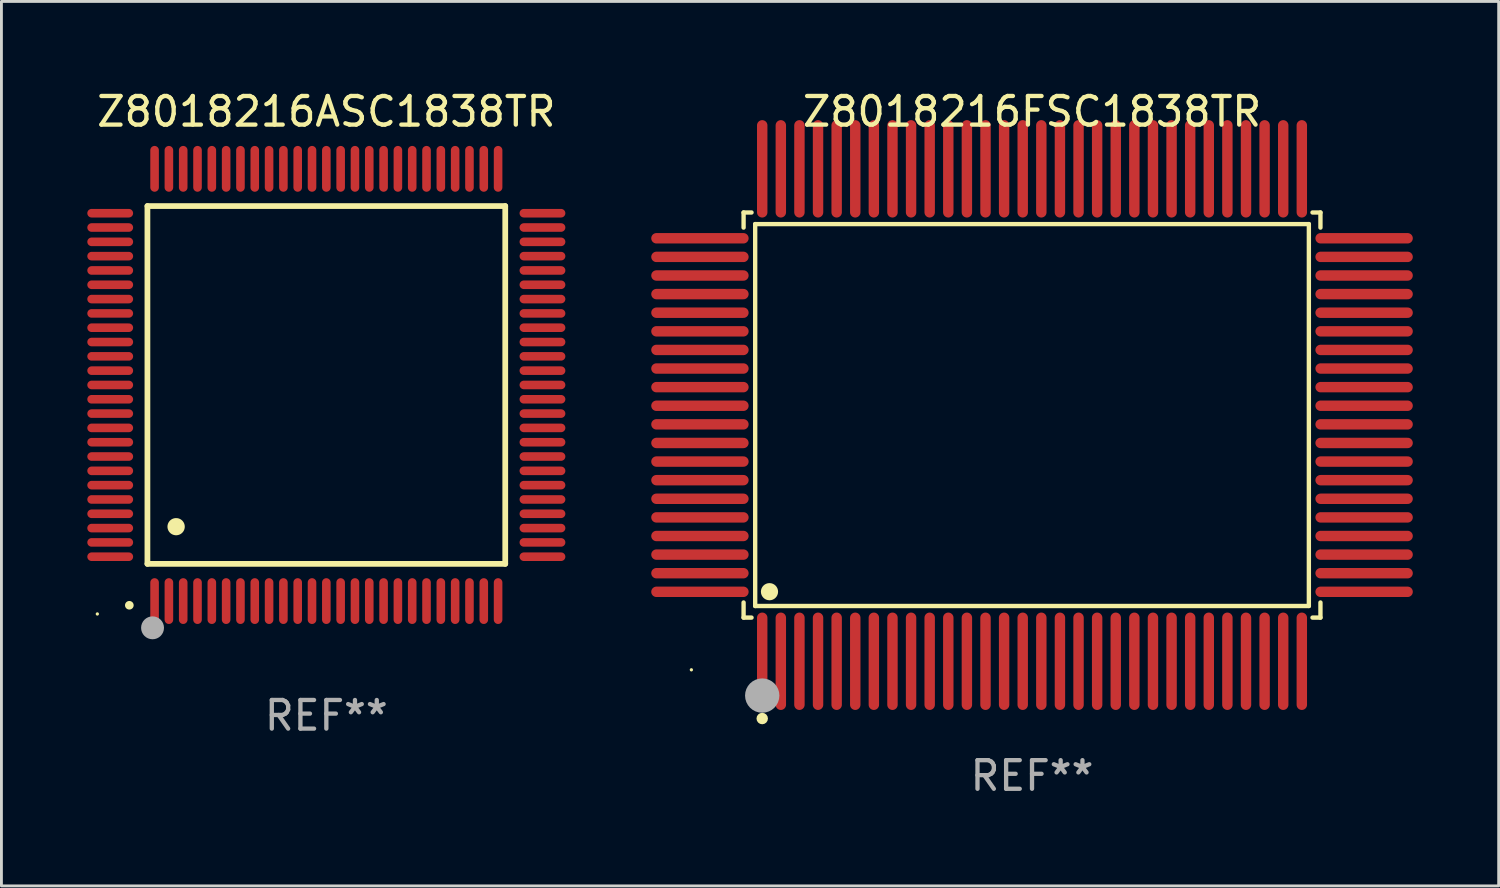
<source format=kicad_pcb>
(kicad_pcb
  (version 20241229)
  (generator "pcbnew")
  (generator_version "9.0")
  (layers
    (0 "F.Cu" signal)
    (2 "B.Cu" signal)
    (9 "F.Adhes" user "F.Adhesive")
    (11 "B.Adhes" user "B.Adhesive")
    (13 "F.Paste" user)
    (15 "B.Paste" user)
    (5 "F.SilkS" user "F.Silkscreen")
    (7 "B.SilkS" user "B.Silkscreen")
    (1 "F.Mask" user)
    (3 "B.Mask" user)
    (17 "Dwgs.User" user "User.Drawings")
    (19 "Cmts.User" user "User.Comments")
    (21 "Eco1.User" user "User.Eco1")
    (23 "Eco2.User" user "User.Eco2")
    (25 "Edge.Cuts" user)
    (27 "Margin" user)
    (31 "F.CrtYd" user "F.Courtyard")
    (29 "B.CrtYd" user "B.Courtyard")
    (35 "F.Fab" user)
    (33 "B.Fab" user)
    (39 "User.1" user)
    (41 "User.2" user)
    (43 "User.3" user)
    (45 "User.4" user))
  (footprint "Z8018216FSC1838TR"
    (layer "F.Cu")
    (at 33.002 11.449)
    (property "Reference" "Z8018216FSC1838TR" (at 0 -10.601 0) (layer "F.SilkS") (effects (font (size 1 1) (thickness 0.15))))
    (attr through_hole)
    (fp_line (start -10.076 -7.076) (end -9.798 -7.076) (stroke (width 0.152) (type solid)) (layer "F.SilkS"))
    (fp_line (start -10.076 -6.548) (end -10.076 -7.076) (stroke (width 0.152) (type solid)) (layer "F.SilkS"))
    (fp_line (start -10.076 6.548) (end -10.076 7.076) (stroke (width 0.152) (type solid)) (layer "F.SilkS"))
    (fp_line (start -10.076 7.076) (end -9.798 7.076) (stroke (width 0.152) (type solid)) (layer "F.SilkS"))
    (fp_line (start -9.671 -6.671) (end 9.671 -6.671) (stroke (width 0.152) (type solid)) (layer "F.SilkS"))
    (fp_line (start -9.671 6.671) (end -9.671 -6.671) (stroke (width 0.152) (type solid)) (layer "F.SilkS"))
    (fp_line (start 9.671 -6.671) (end 9.671 6.671) (stroke (width 0.152) (type solid)) (layer "F.SilkS"))
    (fp_line (start 9.671 6.671) (end -9.671 6.671) (stroke (width 0.152) (type solid)) (layer "F.SilkS"))
    (fp_line (start 10.076 -7.076) (end 9.798 -7.076) (stroke (width 0.152) (type solid)) (layer "F.SilkS"))
    (fp_line (start 10.076 -6.548) (end 10.076 -7.076) (stroke (width 0.152) (type solid)) (layer "F.SilkS"))
    (fp_line (start 10.076 6.548) (end 10.076 7.076) (stroke (width 0.152) (type solid)) (layer "F.SilkS"))
    (fp_line (start 10.076 7.076) (end 9.798 7.076) (stroke (width 0.152) (type solid)) (layer "F.SilkS"))
    (fp_circle (center -11.9 8.9) (end -11.87 8.9) (stroke (width 0.06) (type solid)) (fill no) (layer "F.SilkS"))
    (fp_circle (center -9.425 10.602) (end -9.325 10.602) (stroke (width 0.2) (type solid)) (fill no) (layer "F.SilkS"))
    (fp_circle (center -9.171 6.171) (end -9.021 6.171) (stroke (width 0.3) (type solid)) (fill no) (layer "F.SilkS"))
    (fp_circle (center -9.425 9.8) (end -9.125 9.8) (stroke (width 0.6) (type solid)) (fill no) (layer "F.Fab"))
    (fp_text user "REF**" (at 0 12.601 0) (layer "F.Fab") (effects (font (size 1 1) (thickness 0.15))))
    (pad "1" smd oval (at -9.425 8.601) (size 0.364 3.402) (layers "F.Cu" "F.Mask" "F.Paste"))
    (pad "2" smd oval (at -8.775 8.601) (size 0.364 3.402) (layers "F.Cu" "F.Mask" "F.Paste"))
    (pad "3" smd oval (at -8.125 8.601) (size 0.364 3.402) (layers "F.Cu" "F.Mask" "F.Paste"))
    (pad "4" smd oval (at -7.475 8.601) (size 0.364 3.402) (layers "F.Cu" "F.Mask" "F.Paste"))
    (pad "5" smd oval (at -6.825 8.601) (size 0.364 3.402) (layers "F.Cu" "F.Mask" "F.Paste"))
    (pad "6" smd oval (at -6.175 8.601) (size 0.364 3.402) (layers "F.Cu" "F.Mask" "F.Paste"))
    (pad "7" smd oval (at -5.525 8.601) (size 0.364 3.402) (layers "F.Cu" "F.Mask" "F.Paste"))
    (pad "8" smd oval (at -4.875 8.601) (size 0.364 3.402) (layers "F.Cu" "F.Mask" "F.Paste"))
    (pad "9" smd oval (at -4.225 8.601) (size 0.364 3.402) (layers "F.Cu" "F.Mask" "F.Paste"))
    (pad "10" smd oval (at -3.575 8.601) (size 0.364 3.402) (layers "F.Cu" "F.Mask" "F.Paste"))
    (pad "11" smd oval (at -2.925 8.601) (size 0.364 3.402) (layers "F.Cu" "F.Mask" "F.Paste"))
    (pad "12" smd oval (at -2.275 8.601) (size 0.364 3.402) (layers "F.Cu" "F.Mask" "F.Paste"))
    (pad "13" smd oval (at -1.625 8.601) (size 0.364 3.402) (layers "F.Cu" "F.Mask" "F.Paste"))
    (pad "14" smd oval (at -0.975 8.601) (size 0.364 3.402) (layers "F.Cu" "F.Mask" "F.Paste"))
    (pad "15" smd oval (at -0.325 8.601) (size 0.364 3.402) (layers "F.Cu" "F.Mask" "F.Paste"))
    (pad "16" smd oval (at 0.325 8.601) (size 0.364 3.402) (layers "F.Cu" "F.Mask" "F.Paste"))
    (pad "17" smd oval (at 0.975 8.601) (size 0.364 3.402) (layers "F.Cu" "F.Mask" "F.Paste"))
    (pad "18" smd oval (at 1.625 8.601) (size 0.364 3.402) (layers "F.Cu" "F.Mask" "F.Paste"))
    (pad "19" smd oval (at 2.275 8.601) (size 0.364 3.402) (layers "F.Cu" "F.Mask" "F.Paste"))
    (pad "20" smd oval (at 2.925 8.601) (size 0.364 3.402) (layers "F.Cu" "F.Mask" "F.Paste"))
    (pad "21" smd oval (at 3.575 8.601) (size 0.364 3.402) (layers "F.Cu" "F.Mask" "F.Paste"))
    (pad "22" smd oval (at 4.225 8.601) (size 0.364 3.402) (layers "F.Cu" "F.Mask" "F.Paste"))
    (pad "23" smd oval (at 4.875 8.601) (size 0.364 3.402) (layers "F.Cu" "F.Mask" "F.Paste"))
    (pad "24" smd oval (at 5.525 8.601) (size 0.364 3.402) (layers "F.Cu" "F.Mask" "F.Paste"))
    (pad "25" smd oval (at 6.175 8.601) (size 0.364 3.402) (layers "F.Cu" "F.Mask" "F.Paste"))
    (pad "26" smd oval (at 6.825 8.601) (size 0.364 3.402) (layers "F.Cu" "F.Mask" "F.Paste"))
    (pad "27" smd oval (at 7.475 8.601) (size 0.364 3.402) (layers "F.Cu" "F.Mask" "F.Paste"))
    (pad "28" smd oval (at 8.125 8.601) (size 0.364 3.402) (layers "F.Cu" "F.Mask" "F.Paste"))
    (pad "29" smd oval (at 8.775 8.601) (size 0.364 3.402) (layers "F.Cu" "F.Mask" "F.Paste"))
    (pad "30" smd oval (at 9.425 8.601) (size 0.364 3.402) (layers "F.Cu" "F.Mask" "F.Paste"))
    (pad "31" smd oval (at 11.601 6.175) (size 3.402 0.364) (layers "F.Cu" "F.Mask" "F.Paste"))
    (pad "32" smd oval (at 11.601 5.525) (size 3.402 0.364) (layers "F.Cu" "F.Mask" "F.Paste"))
    (pad "33" smd oval (at 11.601 4.875) (size 3.402 0.364) (layers "F.Cu" "F.Mask" "F.Paste"))
    (pad "34" smd oval (at 11.601 4.225) (size 3.402 0.364) (layers "F.Cu" "F.Mask" "F.Paste"))
    (pad "35" smd oval (at 11.601 3.575) (size 3.402 0.364) (layers "F.Cu" "F.Mask" "F.Paste"))
    (pad "36" smd oval (at 11.601 2.925) (size 3.402 0.364) (layers "F.Cu" "F.Mask" "F.Paste"))
    (pad "37" smd oval (at 11.601 2.275) (size 3.402 0.364) (layers "F.Cu" "F.Mask" "F.Paste"))
    (pad "38" smd oval (at 11.601 1.625) (size 3.402 0.364) (layers "F.Cu" "F.Mask" "F.Paste"))
    (pad "39" smd oval (at 11.601 0.975) (size 3.402 0.364) (layers "F.Cu" "F.Mask" "F.Paste"))
    (pad "40" smd oval (at 11.601 0.325) (size 3.402 0.364) (layers "F.Cu" "F.Mask" "F.Paste"))
    (pad "41" smd oval (at 11.601 -0.325) (size 3.402 0.364) (layers "F.Cu" "F.Mask" "F.Paste"))
    (pad "42" smd oval (at 11.601 -0.975) (size 3.402 0.364) (layers "F.Cu" "F.Mask" "F.Paste"))
    (pad "43" smd oval (at 11.601 -1.625) (size 3.402 0.364) (layers "F.Cu" "F.Mask" "F.Paste"))
    (pad "44" smd oval (at 11.601 -2.275) (size 3.402 0.364) (layers "F.Cu" "F.Mask" "F.Paste"))
    (pad "45" smd oval (at 11.601 -2.925) (size 3.402 0.364) (layers "F.Cu" "F.Mask" "F.Paste"))
    (pad "46" smd oval (at 11.601 -3.575) (size 3.402 0.364) (layers "F.Cu" "F.Mask" "F.Paste"))
    (pad "47" smd oval (at 11.601 -4.225) (size 3.402 0.364) (layers "F.Cu" "F.Mask" "F.Paste"))
    (pad "48" smd oval (at 11.601 -4.875) (size 3.402 0.364) (layers "F.Cu" "F.Mask" "F.Paste"))
    (pad "49" smd oval (at 11.601 -5.525) (size 3.402 0.364) (layers "F.Cu" "F.Mask" "F.Paste"))
    (pad "50" smd oval (at 11.601 -6.175) (size 3.402 0.364) (layers "F.Cu" "F.Mask" "F.Paste"))
    (pad "51" smd oval (at 9.425 -8.601) (size 0.364 3.402) (layers "F.Cu" "F.Mask" "F.Paste"))
    (pad "52" smd oval (at 8.775 -8.601) (size 0.364 3.402) (layers "F.Cu" "F.Mask" "F.Paste"))
    (pad "53" smd oval (at 8.125 -8.601) (size 0.364 3.402) (layers "F.Cu" "F.Mask" "F.Paste"))
    (pad "54" smd oval (at 7.475 -8.601) (size 0.364 3.402) (layers "F.Cu" "F.Mask" "F.Paste"))
    (pad "55" smd oval (at 6.825 -8.601) (size 0.364 3.402) (layers "F.Cu" "F.Mask" "F.Paste"))
    (pad "56" smd oval (at 6.175 -8.601) (size 0.364 3.402) (layers "F.Cu" "F.Mask" "F.Paste"))
    (pad "57" smd oval (at 5.525 -8.601) (size 0.364 3.402) (layers "F.Cu" "F.Mask" "F.Paste"))
    (pad "58" smd oval (at 4.875 -8.601) (size 0.364 3.402) (layers "F.Cu" "F.Mask" "F.Paste"))
    (pad "59" smd oval (at 4.225 -8.601) (size 0.364 3.402) (layers "F.Cu" "F.Mask" "F.Paste"))
    (pad "60" smd oval (at 3.575 -8.601) (size 0.364 3.402) (layers "F.Cu" "F.Mask" "F.Paste"))
    (pad "61" smd oval (at 2.925 -8.601) (size 0.364 3.402) (layers "F.Cu" "F.Mask" "F.Paste"))
    (pad "62" smd oval (at 2.275 -8.601) (size 0.364 3.402) (layers "F.Cu" "F.Mask" "F.Paste"))
    (pad "63" smd oval (at 1.625 -8.601) (size 0.364 3.402) (layers "F.Cu" "F.Mask" "F.Paste"))
    (pad "64" smd oval (at 0.975 -8.601) (size 0.364 3.402) (layers "F.Cu" "F.Mask" "F.Paste"))
    (pad "65" smd oval (at 0.325 -8.601) (size 0.364 3.402) (layers "F.Cu" "F.Mask" "F.Paste"))
    (pad "66" smd oval (at -0.325 -8.601) (size 0.364 3.402) (layers "F.Cu" "F.Mask" "F.Paste"))
    (pad "67" smd oval (at -0.975 -8.601) (size 0.364 3.402) (layers "F.Cu" "F.Mask" "F.Paste"))
    (pad "68" smd oval (at -1.625 -8.601) (size 0.364 3.402) (layers "F.Cu" "F.Mask" "F.Paste"))
    (pad "69" smd oval (at -2.275 -8.601) (size 0.364 3.402) (layers "F.Cu" "F.Mask" "F.Paste"))
    (pad "70" smd oval (at -2.925 -8.601) (size 0.364 3.402) (layers "F.Cu" "F.Mask" "F.Paste"))
    (pad "71" smd oval (at -3.575 -8.601) (size 0.364 3.402) (layers "F.Cu" "F.Mask" "F.Paste"))
    (pad "72" smd oval (at -4.225 -8.601) (size 0.364 3.402) (layers "F.Cu" "F.Mask" "F.Paste"))
    (pad "73" smd oval (at -4.875 -8.601) (size 0.364 3.402) (layers "F.Cu" "F.Mask" "F.Paste"))
    (pad "74" smd oval (at -5.525 -8.601) (size 0.364 3.402) (layers "F.Cu" "F.Mask" "F.Paste"))
    (pad "75" smd oval (at -6.175 -8.601) (size 0.364 3.402) (layers "F.Cu" "F.Mask" "F.Paste"))
    (pad "76" smd oval (at -6.825 -8.601) (size 0.364 3.402) (layers "F.Cu" "F.Mask" "F.Paste"))
    (pad "77" smd oval (at -7.475 -8.601) (size 0.364 3.402) (layers "F.Cu" "F.Mask" "F.Paste"))
    (pad "78" smd oval (at -8.125 -8.601) (size 0.364 3.402) (layers "F.Cu" "F.Mask" "F.Paste"))
    (pad "79" smd oval (at -8.775 -8.601) (size 0.364 3.402) (layers "F.Cu" "F.Mask" "F.Paste"))
    (pad "80" smd oval (at -9.425 -8.601) (size 0.364 3.402) (layers "F.Cu" "F.Mask" "F.Paste"))
    (pad "81" smd oval (at -11.601 -6.175) (size 3.402 0.364) (layers "F.Cu" "F.Mask" "F.Paste"))
    (pad "82" smd oval (at -11.601 -5.525) (size 3.402 0.364) (layers "F.Cu" "F.Mask" "F.Paste"))
    (pad "83" smd oval (at -11.601 -4.875) (size 3.402 0.364) (layers "F.Cu" "F.Mask" "F.Paste"))
    (pad "84" smd oval (at -11.601 -4.225) (size 3.402 0.364) (layers "F.Cu" "F.Mask" "F.Paste"))
    (pad "85" smd oval (at -11.601 -3.575) (size 3.402 0.364) (layers "F.Cu" "F.Mask" "F.Paste"))
    (pad "86" smd oval (at -11.601 -2.925) (size 3.402 0.364) (layers "F.Cu" "F.Mask" "F.Paste"))
    (pad "87" smd oval (at -11.601 -2.275) (size 3.402 0.364) (layers "F.Cu" "F.Mask" "F.Paste"))
    (pad "88" smd oval (at -11.601 -1.625) (size 3.402 0.364) (layers "F.Cu" "F.Mask" "F.Paste"))
    (pad "89" smd oval (at -11.601 -0.975) (size 3.402 0.364) (layers "F.Cu" "F.Mask" "F.Paste"))
    (pad "90" smd oval (at -11.601 -0.325) (size 3.402 0.364) (layers "F.Cu" "F.Mask" "F.Paste"))
    (pad "91" smd oval (at -11.601 0.325) (size 3.402 0.364) (layers "F.Cu" "F.Mask" "F.Paste"))
    (pad "92" smd oval (at -11.601 0.975) (size 3.402 0.364) (layers "F.Cu" "F.Mask" "F.Paste"))
    (pad "93" smd oval (at -11.601 1.625) (size 3.402 0.364) (layers "F.Cu" "F.Mask" "F.Paste"))
    (pad "94" smd oval (at -11.601 2.275) (size 3.402 0.364) (layers "F.Cu" "F.Mask" "F.Paste"))
    (pad "95" smd oval (at -11.601 2.925) (size 3.402 0.364) (layers "F.Cu" "F.Mask" "F.Paste"))
    (pad "96" smd oval (at -11.601 3.575) (size 3.402 0.364) (layers "F.Cu" "F.Mask" "F.Paste"))
    (pad "97" smd oval (at -11.601 4.225) (size 3.402 0.364) (layers "F.Cu" "F.Mask" "F.Paste"))
    (pad "98" smd oval (at -11.601 4.875) (size 3.402 0.364) (layers "F.Cu" "F.Mask" "F.Paste"))
    (pad "99" smd oval (at -11.601 5.525) (size 3.402 0.364) (layers "F.Cu" "F.Mask" "F.Paste"))
    (pad "100" smd oval (at -11.601 6.175) (size 3.402 0.364) (layers "F.Cu" "F.Mask" "F.Paste")))
  (footprint "Z8018216ASC1838TR"
    (layer "F.Cu")
    (at 8.35 10.398)
    (property "Reference" "Z8018216ASC1838TR" (at 0 -9.55 0) (layer "F.SilkS") (effects (font (size 1 1) (thickness 0.15))))
    (attr through_hole)
    (fp_line (start -6.25 -6.25) (end -6.25 6.25) (stroke (width 0.2) (type solid)) (layer "F.SilkS"))
    (fp_line (start -6.25 6.25) (end 6.25 6.25) (stroke (width 0.2) (type solid)) (layer "F.SilkS"))
    (fp_line (start 6.25 -6.25) (end -6.25 -6.25) (stroke (width 0.2) (type solid)) (layer "F.SilkS"))
    (fp_line (start 6.25 6.25) (end 6.25 -6.25) (stroke (width 0.2) (type solid)) (layer "F.SilkS"))
    (fp_arc (start -6.883414 7.696215) (mid -6.882144 7.69621) (end -6.880874 7.696215) (stroke (width 0.3) (type solid)) (layer "F.SilkS"))
    (fp_arc (start -5.250191 4.95047) (mid -5.247651 4.950459) (end -5.245111 4.95047) (stroke (width 0.6) (type solid)) (layer "F.SilkS"))
    (fp_circle (center -8 8) (end -7.97 8) (stroke (width 0.06) (type solid)) (fill no) (layer "F.SilkS"))
    (fp_circle (center -6.071 8.484) (end -5.871 8.484) (stroke (width 0.4) (type solid)) (fill no) (layer "F.Fab"))
    (fp_text user "REF**" (at 0 11.55 0) (layer "F.Fab") (effects (font (size 1 1) (thickness 0.15))))
    (pad "1" smd oval (at -6 7.55) (size 0.3 1.6) (layers "F.Cu" "F.Mask" "F.Paste"))
    (pad "2" smd oval (at -5.5 7.55) (size 0.3 1.6) (layers "F.Cu" "F.Mask" "F.Paste"))
    (pad "3" smd oval (at -5 7.55) (size 0.3 1.6) (layers "F.Cu" "F.Mask" "F.Paste"))
    (pad "4" smd oval (at -4.5 7.55) (size 0.3 1.6) (layers "F.Cu" "F.Mask" "F.Paste"))
    (pad "5" smd oval (at -4 7.55) (size 0.3 1.6) (layers "F.Cu" "F.Mask" "F.Paste"))
    (pad "6" smd oval (at -3.5 7.55) (size 0.3 1.6) (layers "F.Cu" "F.Mask" "F.Paste"))
    (pad "7" smd oval (at -3 7.55) (size 0.3 1.6) (layers "F.Cu" "F.Mask" "F.Paste"))
    (pad "8" smd oval (at -2.5 7.55) (size 0.3 1.6) (layers "F.Cu" "F.Mask" "F.Paste"))
    (pad "9" smd oval (at -2 7.55) (size 0.3 1.6) (layers "F.Cu" "F.Mask" "F.Paste"))
    (pad "10" smd oval (at -1.5 7.55) (size 0.3 1.6) (layers "F.Cu" "F.Mask" "F.Paste"))
    (pad "11" smd oval (at -1 7.55) (size 0.3 1.6) (layers "F.Cu" "F.Mask" "F.Paste"))
    (pad "12" smd oval (at -0.5 7.55) (size 0.3 1.6) (layers "F.Cu" "F.Mask" "F.Paste"))
    (pad "13" smd oval (at 0 7.55) (size 0.3 1.6) (layers "F.Cu" "F.Mask" "F.Paste"))
    (pad "14" smd oval (at 0.5 7.55) (size 0.3 1.6) (layers "F.Cu" "F.Mask" "F.Paste"))
    (pad "15" smd oval (at 1 7.55) (size 0.3 1.6) (layers "F.Cu" "F.Mask" "F.Paste"))
    (pad "16" smd oval (at 1.5 7.55) (size 0.3 1.6) (layers "F.Cu" "F.Mask" "F.Paste"))
    (pad "17" smd oval (at 2 7.55) (size 0.3 1.6) (layers "F.Cu" "F.Mask" "F.Paste"))
    (pad "18" smd oval (at 2.5 7.55) (size 0.3 1.6) (layers "F.Cu" "F.Mask" "F.Paste"))
    (pad "19" smd oval (at 3 7.55) (size 0.3 1.6) (layers "F.Cu" "F.Mask" "F.Paste"))
    (pad "20" smd oval (at 3.5 7.55) (size 0.3 1.6) (layers "F.Cu" "F.Mask" "F.Paste"))
    (pad "21" smd oval (at 4 7.55) (size 0.3 1.6) (layers "F.Cu" "F.Mask" "F.Paste"))
    (pad "22" smd oval (at 4.5 7.55) (size 0.3 1.6) (layers "F.Cu" "F.Mask" "F.Paste"))
    (pad "23" smd oval (at 5 7.55) (size 0.3 1.6) (layers "F.Cu" "F.Mask" "F.Paste"))
    (pad "24" smd oval (at 5.5 7.55) (size 0.3 1.6) (layers "F.Cu" "F.Mask" "F.Paste"))
    (pad "25" smd oval (at 6 7.55) (size 0.3 1.6) (layers "F.Cu" "F.Mask" "F.Paste"))
    (pad "26" smd oval (at 7.55 6) (size 1.6 0.3) (layers "F.Cu" "F.Mask" "F.Paste"))
    (pad "27" smd oval (at 7.55 5.5) (size 1.6 0.3) (layers "F.Cu" "F.Mask" "F.Paste"))
    (pad "28" smd oval (at 7.55 5) (size 1.6 0.3) (layers "F.Cu" "F.Mask" "F.Paste"))
    (pad "29" smd oval (at 7.55 4.5) (size 1.6 0.3) (layers "F.Cu" "F.Mask" "F.Paste"))
    (pad "30" smd oval (at 7.55 4) (size 1.6 0.3) (layers "F.Cu" "F.Mask" "F.Paste"))
    (pad "31" smd oval (at 7.55 3.5) (size 1.6 0.3) (layers "F.Cu" "F.Mask" "F.Paste"))
    (pad "32" smd oval (at 7.55 3) (size 1.6 0.3) (layers "F.Cu" "F.Mask" "F.Paste"))
    (pad "33" smd oval (at 7.55 2.5) (size 1.6 0.3) (layers "F.Cu" "F.Mask" "F.Paste"))
    (pad "34" smd oval (at 7.55 2) (size 1.6 0.3) (layers "F.Cu" "F.Mask" "F.Paste"))
    (pad "35" smd oval (at 7.55 1.5) (size 1.6 0.3) (layers "F.Cu" "F.Mask" "F.Paste"))
    (pad "36" smd oval (at 7.55 1) (size 1.6 0.3) (layers "F.Cu" "F.Mask" "F.Paste"))
    (pad "37" smd oval (at 7.55 0.5) (size 1.6 0.3) (layers "F.Cu" "F.Mask" "F.Paste"))
    (pad "38" smd oval (at 7.55 0) (size 1.6 0.3) (layers "F.Cu" "F.Mask" "F.Paste"))
    (pad "39" smd oval (at 7.55 -0.5) (size 1.6 0.3) (layers "F.Cu" "F.Mask" "F.Paste"))
    (pad "40" smd oval (at 7.55 -1) (size 1.6 0.3) (layers "F.Cu" "F.Mask" "F.Paste"))
    (pad "41" smd oval (at 7.55 -1.5) (size 1.6 0.3) (layers "F.Cu" "F.Mask" "F.Paste"))
    (pad "42" smd oval (at 7.55 -2) (size 1.6 0.3) (layers "F.Cu" "F.Mask" "F.Paste"))
    (pad "43" smd oval (at 7.55 -2.5) (size 1.6 0.3) (layers "F.Cu" "F.Mask" "F.Paste"))
    (pad "44" smd oval (at 7.55 -3) (size 1.6 0.3) (layers "F.Cu" "F.Mask" "F.Paste"))
    (pad "45" smd oval (at 7.55 -3.5) (size 1.6 0.3) (layers "F.Cu" "F.Mask" "F.Paste"))
    (pad "46" smd oval (at 7.55 -4) (size 1.6 0.3) (layers "F.Cu" "F.Mask" "F.Paste"))
    (pad "47" smd oval (at 7.55 -4.5) (size 1.6 0.3) (layers "F.Cu" "F.Mask" "F.Paste"))
    (pad "48" smd oval (at 7.55 -5) (size 1.6 0.3) (layers "F.Cu" "F.Mask" "F.Paste"))
    (pad "49" smd oval (at 7.55 -5.5) (size 1.6 0.3) (layers "F.Cu" "F.Mask" "F.Paste"))
    (pad "50" smd oval (at 7.55 -6) (size 1.6 0.3) (layers "F.Cu" "F.Mask" "F.Paste"))
    (pad "51" smd oval (at 6 -7.55) (size 0.3 1.6) (layers "F.Cu" "F.Mask" "F.Paste"))
    (pad "52" smd oval (at 5.5 -7.55) (size 0.3 1.6) (layers "F.Cu" "F.Mask" "F.Paste"))
    (pad "53" smd oval (at 5 -7.55) (size 0.3 1.6) (layers "F.Cu" "F.Mask" "F.Paste"))
    (pad "54" smd oval (at 4.5 -7.55) (size 0.3 1.6) (layers "F.Cu" "F.Mask" "F.Paste"))
    (pad "55" smd oval (at 4 -7.55) (size 0.3 1.6) (layers "F.Cu" "F.Mask" "F.Paste"))
    (pad "56" smd oval (at 3.5 -7.55) (size 0.3 1.6) (layers "F.Cu" "F.Mask" "F.Paste"))
    (pad "57" smd oval (at 3 -7.55) (size 0.3 1.6) (layers "F.Cu" "F.Mask" "F.Paste"))
    (pad "58" smd oval (at 2.5 -7.55) (size 0.3 1.6) (layers "F.Cu" "F.Mask" "F.Paste"))
    (pad "59" smd oval (at 2 -7.55) (size 0.3 1.6) (layers "F.Cu" "F.Mask" "F.Paste"))
    (pad "60" smd oval (at 1.5 -7.55) (size 0.3 1.6) (layers "F.Cu" "F.Mask" "F.Paste"))
    (pad "61" smd oval (at 1 -7.55) (size 0.3 1.6) (layers "F.Cu" "F.Mask" "F.Paste"))
    (pad "62" smd oval (at 0.5 -7.55) (size 0.3 1.6) (layers "F.Cu" "F.Mask" "F.Paste"))
    (pad "63" smd oval (at 0 -7.55) (size 0.3 1.6) (layers "F.Cu" "F.Mask" "F.Paste"))
    (pad "64" smd oval (at -0.5 -7.55) (size 0.3 1.6) (layers "F.Cu" "F.Mask" "F.Paste"))
    (pad "65" smd oval (at -1 -7.55) (size 0.3 1.6) (layers "F.Cu" "F.Mask" "F.Paste"))
    (pad "66" smd oval (at -1.5 -7.55) (size 0.3 1.6) (layers "F.Cu" "F.Mask" "F.Paste"))
    (pad "67" smd oval (at -2 -7.55) (size 0.3 1.6) (layers "F.Cu" "F.Mask" "F.Paste"))
    (pad "68" smd oval (at -2.5 -7.55) (size 0.3 1.6) (layers "F.Cu" "F.Mask" "F.Paste"))
    (pad "69" smd oval (at -3 -7.55) (size 0.3 1.6) (layers "F.Cu" "F.Mask" "F.Paste"))
    (pad "70" smd oval (at -3.5 -7.55) (size 0.3 1.6) (layers "F.Cu" "F.Mask" "F.Paste"))
    (pad "71" smd oval (at -4 -7.55) (size 0.3 1.6) (layers "F.Cu" "F.Mask" "F.Paste"))
    (pad "72" smd oval (at -4.5 -7.55) (size 0.3 1.6) (layers "F.Cu" "F.Mask" "F.Paste"))
    (pad "73" smd oval (at -5 -7.55) (size 0.3 1.6) (layers "F.Cu" "F.Mask" "F.Paste"))
    (pad "74" smd oval (at -5.5 -7.55) (size 0.3 1.6) (layers "F.Cu" "F.Mask" "F.Paste"))
    (pad "75" smd oval (at -6 -7.55) (size 0.3 1.6) (layers "F.Cu" "F.Mask" "F.Paste"))
    (pad "76" smd oval (at -7.55 -6) (size 1.6 0.3) (layers "F.Cu" "F.Mask" "F.Paste"))
    (pad "77" smd oval (at -7.55 -5.5) (size 1.6 0.3) (layers "F.Cu" "F.Mask" "F.Paste"))
    (pad "78" smd oval (at -7.55 -5) (size 1.6 0.3) (layers "F.Cu" "F.Mask" "F.Paste"))
    (pad "79" smd oval (at -7.55 -4.5) (size 1.6 0.3) (layers "F.Cu" "F.Mask" "F.Paste"))
    (pad "80" smd oval (at -7.55 -4) (size 1.6 0.3) (layers "F.Cu" "F.Mask" "F.Paste"))
    (pad "81" smd oval (at -7.55 -3.5) (size 1.6 0.3) (layers "F.Cu" "F.Mask" "F.Paste"))
    (pad "82" smd oval (at -7.55 -3) (size 1.6 0.3) (layers "F.Cu" "F.Mask" "F.Paste"))
    (pad "83" smd oval (at -7.55 -2.5) (size 1.6 0.3) (layers "F.Cu" "F.Mask" "F.Paste"))
    (pad "84" smd oval (at -7.55 -2) (size 1.6 0.3) (layers "F.Cu" "F.Mask" "F.Paste"))
    (pad "85" smd oval (at -7.55 -1.5) (size 1.6 0.3) (layers "F.Cu" "F.Mask" "F.Paste"))
    (pad "86" smd oval (at -7.55 -1) (size 1.6 0.3) (layers "F.Cu" "F.Mask" "F.Paste"))
    (pad "87" smd oval (at -7.55 -0.5) (size 1.6 0.3) (layers "F.Cu" "F.Mask" "F.Paste"))
    (pad "88" smd oval (at -7.55 0) (size 1.6 0.3) (layers "F.Cu" "F.Mask" "F.Paste"))
    (pad "89" smd oval (at -7.55 0.5) (size 1.6 0.3) (layers "F.Cu" "F.Mask" "F.Paste"))
    (pad "90" smd oval (at -7.55 1) (size 1.6 0.3) (layers "F.Cu" "F.Mask" "F.Paste"))
    (pad "91" smd oval (at -7.55 1.5) (size 1.6 0.3) (layers "F.Cu" "F.Mask" "F.Paste"))
    (pad "92" smd oval (at -7.55 2) (size 1.6 0.3) (layers "F.Cu" "F.Mask" "F.Paste"))
    (pad "93" smd oval (at -7.55 2.5) (size 1.6 0.3) (layers "F.Cu" "F.Mask" "F.Paste"))
    (pad "94" smd oval (at -7.55 3) (size 1.6 0.3) (layers "F.Cu" "F.Mask" "F.Paste"))
    (pad "95" smd oval (at -7.55 3.5) (size 1.6 0.3) (layers "F.Cu" "F.Mask" "F.Paste"))
    (pad "96" smd oval (at -7.55 4) (size 1.6 0.3) (layers "F.Cu" "F.Mask" "F.Paste"))
    (pad "97" smd oval (at -7.55 4.5) (size 1.6 0.3) (layers "F.Cu" "F.Mask" "F.Paste"))
    (pad "98" smd oval (at -7.55 5) (size 1.6 0.3) (layers "F.Cu" "F.Mask" "F.Paste"))
    (pad "99" smd oval (at -7.55 5.5) (size 1.6 0.3) (layers "F.Cu" "F.Mask" "F.Paste"))
    (pad "100" smd oval (at -7.55 6) (size 1.6 0.3) (layers "F.Cu" "F.Mask" "F.Paste")))
  (gr_rect
    (start -3 -3)
    (end 49.304 27.898)
    (stroke (width 0.1) (type default))
    (fill no)
    (layer "Edge.Cuts")))
</source>
